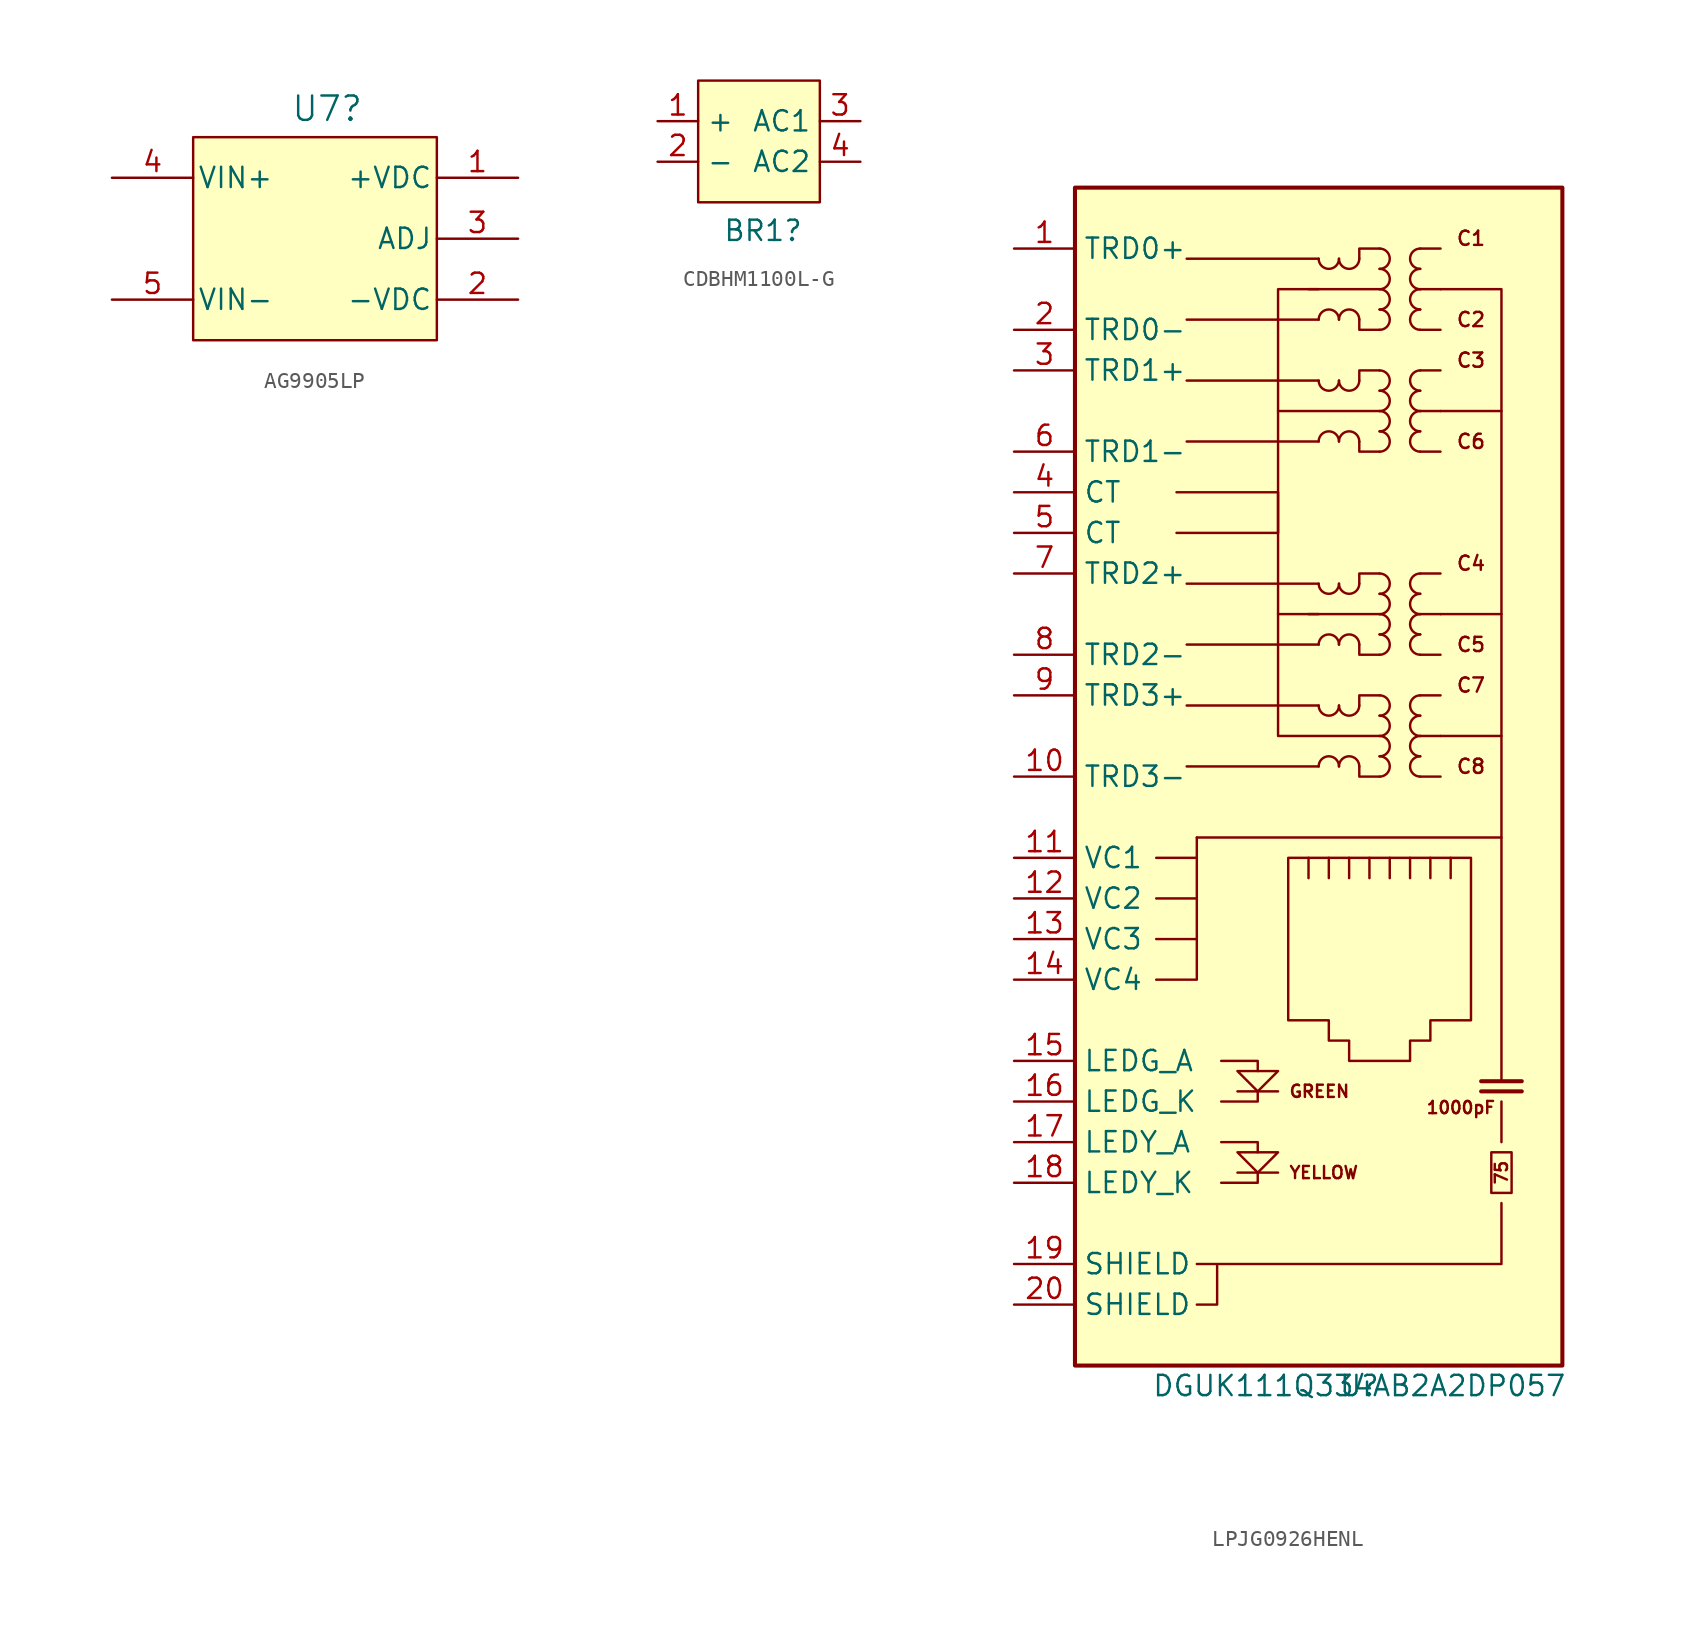
<source format=kicad_sym>
(kicad_symbol_lib
  (version 20241209)
  (generator "kicad_symbol_editor")
  (generator_version "9.0")
  (symbol "AG9905LP"
    (pin_names
      (offset 0.254))
    (property "Reference" "U7"
      (at 0.762 8.128 0)
      (effects (font (size 1.524 1.524))))
    (symbol "AG9905LP_1_1"
      (rectangle (start -7.62 6.35) (end 7.62 -6.35) (stroke (width 0) (type default)) (fill (type background)))
      (pin power_in line (at -12.7 3.81 0) (length 5.08) (name "VIN+" (effects (font (size 1.27 1.27)))) (number "4" (effects (font (size 1.27 1.27)))))
      (pin power_in line (at -12.7 -3.81 0) (length 5.08) (name "VIN-" (effects (font (size 1.27 1.27)))) (number "5" (effects (font (size 1.27 1.27)))))
      (pin power_in line (at 12.7 3.81 180) (length 5.08) (name "+VDC" (effects (font (size 1.27 1.27)))) (number "1" (effects (font (size 1.27 1.27)))))
      (pin output line (at 12.7 0 180) (length 5.08) (name "ADJ" (effects (font (size 1.27 1.27)))) (number "3" (effects (font (size 1.27 1.27)))))
      (pin power_in line (at 12.7 -3.81 180) (length 5.08) (name "-VDC" (effects (font (size 1.27 1.27)))) (number "2" (effects (font (size 1.27 1.27)))))))
  (symbol "CDBHM1100L-G"
    (property "Reference" "BR1"
      (at 0.254 -5.588 0)
      (effects (font (size 1.27 1.27))))
    (symbol "CDBHM1100L-G_1_1"
      (rectangle (start -3.81 3.81) (end 3.81 -3.81) (stroke (width 0) (type solid)) (fill (type background)))
      (pin power_out line (at -6.35 1.27 0) (length 2.54) (name "+" (effects (font (size 1.27 1.27)))) (number "1" (effects (font (size 1.27 1.27)))))
      (pin power_out line (at -6.35 -1.27 0) (length 2.54) (name "-" (effects (font (size 1.27 1.27)))) (number "2" (effects (font (size 1.27 1.27)))))
      (pin input line (at 6.35 1.27 180) (length 2.54) (name "AC1" (effects (font (size 1.27 1.27)))) (number "3" (effects (font (size 1.27 1.27)))))
      (pin input line (at 6.35 -1.27 180) (length 2.54) (name "AC2" (effects (font (size 1.27 1.27)))) (number "4" (effects (font (size 1.27 1.27)))))))
  (symbol "LPJG0926HENL"
    (property "Reference" "U"
      (at 0 0 0)
      (effects (font (size 1.27 1.27))))
    (property "Value" "DGUK111Q334AB2A2DP057"
      (at 0 0 0)
      (effects (font (size 1.27 1.27))))
    (symbol "LPJG0926HENL_0_1"
      (polyline (pts (xy 1.27 60.96) (xy -5.08 60.96) (xy -5.08 68.58) (xy -2.54 68.58) (xy -5.08 68.58)) (stroke (width 0) (type default)) (fill (type none)))
      (polyline (pts (xy 1.27 40.64) (xy -5.08 40.64) (xy -5.08 48.26) (xy -2.54 48.26) (xy -5.08 48.26)) (stroke (width 0) (type default)) (fill (type none))))
    (symbol "LPJG0926HENL_1_1"
      (rectangle (start -17.78 1.27) (end 12.7 74.93) (stroke (width 0.254) (type default)) (fill (type background)))
      (polyline (pts (xy -12.7 33.02) (xy -10.16 33.02)) (stroke (width 0) (type default)) (fill (type none)))
      (polyline (pts (xy -12.7 30.48) (xy -10.16 30.48)) (stroke (width 0) (type default)) (fill (type none)))
      (polyline (pts (xy -12.7 27.94) (xy -10.16 27.94)) (stroke (width 0) (type default)) (fill (type none)))
      (polyline (pts (xy -11.43 53.34) (xy -5.08 53.34) (xy -5.08 55.88) (xy -11.43 55.88)) (stroke (width 0) (type default)) (fill (type none)))
      (polyline (pts (xy -10.16 34.29) (xy 8.89 34.29) (xy 8.89 68.58) (xy 5.08 68.58)) (stroke (width 0) (type default)) (fill (type none)))
      (polyline (pts (xy -10.16 33.02) (xy -10.16 34.29)) (stroke (width 0) (type default)) (fill (type none)))
      (polyline (pts (xy -10.16 33.02) (xy -10.16 25.4) (xy -12.7 25.4)) (stroke (width 0) (type default)) (fill (type none)))
      (polyline (pts (xy -10.16 5.08) (xy -8.89 5.08) (xy -8.89 7.62) (xy -10.16 7.62) (xy -8.89 7.62) (xy 8.89 7.62) (xy 8.89 11.43)) (stroke (width 0) (type default)) (fill (type none)))
      (polyline (pts (xy -8.636 20.32) (xy -6.35 20.32) (xy -6.35 19.685)) (stroke (width 0) (type default)) (fill (type none)))
      (polyline (pts (xy -8.636 15.24) (xy -6.35 15.24) (xy -6.35 14.605)) (stroke (width 0) (type default)) (fill (type none)))
      (polyline (pts (xy -8.636 12.7) (xy -6.35 12.7) (xy -6.35 13.335)) (stroke (width 0) (type default)) (fill (type none)))
      (polyline (pts (xy -7.62 19.685) (xy -5.08 19.685) (xy -6.35 18.415) (xy -7.62 19.685)) (stroke (width 0) (type default)) (fill (type none)))
      (polyline (pts (xy -6.35 18.415) (xy -6.35 17.78) (xy -8.636 17.78)) (stroke (width 0) (type default)) (fill (type none)))
      (polyline (pts (xy -5.08 48.26) (xy -5.08 60.96)) (stroke (width 0) (type default)) (fill (type none)))
      (polyline (pts (xy -5.08 18.415) (xy -7.62 18.415)) (stroke (width 0) (type default)) (fill (type none)))
      (polyline (pts (xy -5.08 14.605) (xy -7.62 14.605) (xy -6.35 13.335) (xy -5.08 14.605)) (stroke (width 0) (type default)) (fill (type none)))
      (polyline (pts (xy -5.08 13.335) (xy -7.62 13.335)) (stroke (width 0) (type default)) (fill (type none)))
      (polyline (pts (xy -4.445 33.02) (xy 6.985 33.02) (xy 6.985 22.86) (xy 4.445 22.86) (xy 4.445 21.59) (xy 3.175 21.59) (xy 3.175 20.32) (xy -0.635 20.32) (xy -0.635 21.59) (xy -1.905 21.59) (xy -1.905 22.86) (xy -4.445 22.86) (xy -4.445 33.02)) (stroke (width 0) (type default)) (fill (type none)))
      (polyline (pts (xy -3.175 68.58) (xy 1.27 68.58)) (stroke (width 0) (type default)) (fill (type none)))
      (polyline (pts (xy -3.175 48.26) (xy 1.27 48.26)) (stroke (width 0) (type default)) (fill (type none)))
      (polyline (pts (xy -3.175 31.75) (xy -3.175 33.02)) (stroke (width 0) (type default)) (fill (type none)))
      (polyline (pts (xy -2.54 70.485) (xy -10.795 70.485)) (stroke (width 0) (type default)) (fill (type none)))
      (polyline (pts (xy -2.54 66.675) (xy -10.795 66.675)) (stroke (width 0) (type default)) (fill (type none)))
      (polyline (pts (xy -2.54 62.865) (xy -10.795 62.865)) (stroke (width 0) (type default)) (fill (type none)))
      (polyline (pts (xy -2.54 59.055) (xy -10.795 59.055)) (stroke (width 0) (type default)) (fill (type none)))
      (polyline (pts (xy -2.54 50.165) (xy -10.795 50.165)) (stroke (width 0) (type default)) (fill (type none)))
      (polyline (pts (xy -2.54 46.355) (xy -10.795 46.355)) (stroke (width 0) (type default)) (fill (type none)))
      (polyline (pts (xy -2.54 42.545) (xy -10.795 42.545)) (stroke (width 0) (type default)) (fill (type none)))
      (polyline (pts (xy -2.54 38.735) (xy -10.795 38.735)) (stroke (width 0) (type default)) (fill (type none)))
      (arc (start -1.27 70.485) (mid -1.905 69.8527) (end -2.54 70.485) (stroke (width 0) (type default)) (fill (type none)))
      (arc (start -2.54 66.675) (mid -1.905 67.3072) (end -1.27 66.675) (stroke (width 0) (type default)) (fill (type none)))
      (arc (start -1.27 62.865) (mid -1.905 62.2327) (end -2.54 62.865) (stroke (width 0) (type default)) (fill (type none)))
      (arc (start -2.54 59.055) (mid -1.905 59.6872) (end -1.27 59.055) (stroke (width 0) (type default)) (fill (type none)))
      (arc (start -1.27 50.165) (mid -1.905 49.5327) (end -2.54 50.165) (stroke (width 0) (type default)) (fill (type none)))
      (arc (start -2.54 46.355) (mid -1.905 46.9872) (end -1.27 46.355) (stroke (width 0) (type default)) (fill (type none)))
      (arc (start -1.27 42.545) (mid -1.905 41.9127) (end -2.54 42.545) (stroke (width 0) (type default)) (fill (type none)))
      (arc (start -2.54 38.735) (mid -1.905 39.3672) (end -1.27 38.735) (stroke (width 0) (type default)) (fill (type none)))
      (polyline (pts (xy -1.905 33.02) (xy -1.905 31.75)) (stroke (width 0) (type default)) (fill (type none)))
      (arc (start 0 70.485) (mid -0.635 69.8527) (end -1.27 70.485) (stroke (width 0) (type default)) (fill (type none)))
      (arc (start -1.27 66.675) (mid -0.635 67.3072) (end 0 66.675) (stroke (width 0) (type default)) (fill (type none)))
      (arc (start 0 62.865) (mid -0.635 62.2327) (end -1.27 62.865) (stroke (width 0) (type default)) (fill (type none)))
      (arc (start -1.27 59.055) (mid -0.635 59.6872) (end 0 59.055) (stroke (width 0) (type default)) (fill (type none)))
      (arc (start 0 50.165) (mid -0.635 49.5327) (end -1.27 50.165) (stroke (width 0) (type default)) (fill (type none)))
      (arc (start -1.27 46.355) (mid -0.635 46.9872) (end 0 46.355) (stroke (width 0) (type default)) (fill (type none)))
      (arc (start 0 42.545) (mid -0.635 41.9127) (end -1.27 42.545) (stroke (width 0) (type default)) (fill (type none)))
      (arc (start -1.27 38.735) (mid -0.635 39.3672) (end 0 38.735) (stroke (width 0) (type default)) (fill (type none)))
      (polyline (pts (xy -0.635 33.02) (xy -0.635 31.75)) (stroke (width 0) (type default)) (fill (type none)))
      (polyline (pts (xy 0 66.675) (xy 0 66.04) (xy 1.27 66.04)) (stroke (width 0) (type default)) (fill (type none)))
      (polyline (pts (xy 0 59.055) (xy 0 58.42) (xy 1.27 58.42)) (stroke (width 0) (type default)) (fill (type none)))
      (polyline (pts (xy 0 46.355) (xy 0 45.72) (xy 1.27 45.72)) (stroke (width 0) (type default)) (fill (type none)))
      (polyline (pts (xy 0 38.735) (xy 0 38.1) (xy 1.27 38.1)) (stroke (width 0) (type default)) (fill (type none)))
      (polyline (pts (xy 0.635 33.02) (xy 0.635 31.75)) (stroke (width 0) (type default)) (fill (type none)))
      (arc (start 1.27 71.12) (mid 1.9022 70.485) (end 1.27 69.85) (stroke (width 0) (type default)) (fill (type none)))
      (arc (start 1.27 69.85) (mid 1.9022 69.215) (end 1.27 68.58) (stroke (width 0) (type default)) (fill (type none)))
      (arc (start 1.27 68.58) (mid 1.9022 67.945) (end 1.27 67.31) (stroke (width 0) (type default)) (fill (type none)))
      (arc (start 1.27 67.31) (mid 1.9022 66.675) (end 1.27 66.04) (stroke (width 0) (type default)) (fill (type none)))
      (arc (start 1.27 63.5) (mid 1.9022 62.865) (end 1.27 62.23) (stroke (width 0) (type default)) (fill (type none)))
      (arc (start 1.27 62.23) (mid 1.9022 61.595) (end 1.27 60.96) (stroke (width 0) (type default)) (fill (type none)))
      (arc (start 1.27 60.96) (mid 1.9022 60.325) (end 1.27 59.69) (stroke (width 0) (type default)) (fill (type none)))
      (arc (start 1.27 59.69) (mid 1.9022 59.055) (end 1.27 58.42) (stroke (width 0) (type default)) (fill (type none)))
      (arc (start 1.27 50.8) (mid 1.9022 50.165) (end 1.27 49.53) (stroke (width 0) (type default)) (fill (type none)))
      (arc (start 1.27 49.53) (mid 1.9022 48.895) (end 1.27 48.26) (stroke (width 0) (type default)) (fill (type none)))
      (arc (start 1.27 48.26) (mid 1.9022 47.625) (end 1.27 46.99) (stroke (width 0) (type default)) (fill (type none)))
      (arc (start 1.27 46.99) (mid 1.9022 46.355) (end 1.27 45.72) (stroke (width 0) (type default)) (fill (type none)))
      (arc (start 1.27 43.18) (mid 1.9022 42.545) (end 1.27 41.91) (stroke (width 0) (type default)) (fill (type none)))
      (arc (start 1.27 41.91) (mid 1.9022 41.275) (end 1.27 40.64) (stroke (width 0) (type default)) (fill (type none)))
      (arc (start 1.27 40.64) (mid 1.9022 40.005) (end 1.27 39.37) (stroke (width 0) (type default)) (fill (type none)))
      (arc (start 1.27 39.37) (mid 1.9022 38.735) (end 1.27 38.1) (stroke (width 0) (type default)) (fill (type none)))
      (polyline (pts (xy 1.27 71.12) (xy 0 71.12) (xy 0 70.485)) (stroke (width 0) (type default)) (fill (type none)))
      (polyline (pts (xy 1.27 63.5) (xy 0 63.5) (xy 0 62.865)) (stroke (width 0) (type default)) (fill (type none)))
      (polyline (pts (xy 1.27 50.8) (xy 0 50.8) (xy 0 50.165)) (stroke (width 0) (type default)) (fill (type none)))
      (polyline (pts (xy 1.27 43.18) (xy 0 43.18) (xy 0 42.545)) (stroke (width 0) (type default)) (fill (type none)))
      (polyline (pts (xy 1.905 33.02) (xy 1.905 31.75)) (stroke (width 0) (type default)) (fill (type none)))
      (polyline (pts (xy 3.175 33.02) (xy 3.175 31.75)) (stroke (width 0) (type default)) (fill (type none)))
      (polyline (pts (xy 3.81 71.12) (xy 5.08 71.12)) (stroke (width 0) (type default)) (fill (type none)))
      (polyline (pts (xy 3.81 68.58) (xy 5.08 68.58)) (stroke (width 0) (type default)) (fill (type none)))
      (polyline (pts (xy 3.81 66.04) (xy 5.08 66.04)) (stroke (width 0) (type default)) (fill (type none)))
      (polyline (pts (xy 3.81 63.5) (xy 5.08 63.5)) (stroke (width 0) (type default)) (fill (type none)))
      (polyline (pts (xy 3.81 60.96) (xy 5.08 60.96)) (stroke (width 0) (type default)) (fill (type none)))
      (polyline (pts (xy 3.81 58.42) (xy 5.08 58.42)) (stroke (width 0) (type default)) (fill (type none)))
      (polyline (pts (xy 3.81 50.8) (xy 5.08 50.8)) (stroke (width 0) (type default)) (fill (type none)))
      (polyline (pts (xy 3.81 48.26) (xy 5.08 48.26)) (stroke (width 0) (type default)) (fill (type none)))
      (polyline (pts (xy 3.81 45.72) (xy 5.08 45.72)) (stroke (width 0) (type default)) (fill (type none)))
      (polyline (pts (xy 3.81 43.18) (xy 5.08 43.18)) (stroke (width 0) (type default)) (fill (type none)))
      (polyline (pts (xy 3.81 40.64) (xy 5.08 40.64)) (stroke (width 0) (type default)) (fill (type none)))
      (polyline (pts (xy 3.81 38.1) (xy 5.08 38.1)) (stroke (width 0) (type default)) (fill (type none)))
      (arc (start 3.81 69.85) (mid 3.178 70.485) (end 3.81 71.12) (stroke (width 0) (type default)) (fill (type none)))
      (arc (start 3.81 68.58) (mid 3.178 69.215) (end 3.81 69.85) (stroke (width 0) (type default)) (fill (type none)))
      (arc (start 3.81 67.31) (mid 3.178 67.945) (end 3.81 68.58) (stroke (width 0) (type default)) (fill (type none)))
      (arc (start 3.81 66.04) (mid 3.178 66.675) (end 3.81 67.31) (stroke (width 0) (type default)) (fill (type none)))
      (arc (start 3.81 62.23) (mid 3.178 62.865) (end 3.81 63.5) (stroke (width 0) (type default)) (fill (type none)))
      (arc (start 3.81 60.96) (mid 3.178 61.595) (end 3.81 62.23) (stroke (width 0) (type default)) (fill (type none)))
      (arc (start 3.81 59.69) (mid 3.178 60.325) (end 3.81 60.96) (stroke (width 0) (type default)) (fill (type none)))
      (arc (start 3.81 58.42) (mid 3.178 59.055) (end 3.81 59.69) (stroke (width 0) (type default)) (fill (type none)))
      (arc (start 3.81 49.53) (mid 3.178 50.165) (end 3.81 50.8) (stroke (width 0) (type default)) (fill (type none)))
      (arc (start 3.81 48.26) (mid 3.178 48.895) (end 3.81 49.53) (stroke (width 0) (type default)) (fill (type none)))
      (arc (start 3.81 46.99) (mid 3.178 47.625) (end 3.81 48.26) (stroke (width 0) (type default)) (fill (type none)))
      (arc (start 3.81 45.72) (mid 3.178 46.355) (end 3.81 46.99) (stroke (width 0) (type default)) (fill (type none)))
      (arc (start 3.81 41.91) (mid 3.178 42.545) (end 3.81 43.18) (stroke (width 0) (type default)) (fill (type none)))
      (arc (start 3.81 40.64) (mid 3.178 41.275) (end 3.81 41.91) (stroke (width 0) (type default)) (fill (type none)))
      (arc (start 3.81 39.37) (mid 3.178 40.005) (end 3.81 40.64) (stroke (width 0) (type default)) (fill (type none)))
      (arc (start 3.81 38.1) (mid 3.178 38.735) (end 3.81 39.37) (stroke (width 0) (type default)) (fill (type none)))
      (polyline (pts (xy 4.445 31.75) (xy 4.445 33.02)) (stroke (width 0) (type default)) (fill (type none)))
      (polyline (pts (xy 5.08 60.96) (xy 8.89 60.96)) (stroke (width 0) (type default)) (fill (type none)))
      (polyline (pts (xy 5.08 48.26) (xy 8.89 48.26)) (stroke (width 0) (type default)) (fill (type none)))
      (polyline (pts (xy 5.08 40.64) (xy 8.89 40.64)) (stroke (width 0) (type default)) (fill (type none)))
      (polyline (pts (xy 5.715 31.75) (xy 5.715 33.02)) (stroke (width 0) (type default)) (fill (type none)))
      (polyline (pts (xy 7.62 19.05) (xy 10.16 19.05)) (stroke (width 0.254) (type default)) (fill (type none)))
      (polyline (pts (xy 7.62 18.415) (xy 10.16 18.415)) (stroke (width 0.254) (type default)) (fill (type none)))
      (polyline (pts (xy 8.89 19.05) (xy 8.89 34.29)) (stroke (width 0) (type default)) (fill (type none)))
      (polyline (pts (xy 8.89 15.24) (xy 8.89 17.78)) (stroke (width 0) (type default)) (fill (type none)))
      (rectangle (start 9.525 12.065) (end 8.255 14.605) (stroke (width 0) (type default)) (fill (type none)))
      (text "GREEN" (at -4.445 18.415 0) (effects (font (size 0.762 0.762)) (justify left)))
      (text "YELLOW" (at -4.445 13.335 0) (effects (font (size 0.762 0.762)) (justify left)))
      (text "1000pF" (at 6.35 17.399 0) (effects (font (size 0.762 0.762))))
      (text "C1" (at 6.985 71.755 0) (effects (font (size 0.889 0.889))))
      (text "C2" (at 6.985 66.675 0) (effects (font (size 0.889 0.889))))
      (text "C3" (at 6.985 64.135 0) (effects (font (size 0.889 0.889))))
      (text "C6" (at 6.985 59.055 0) (effects (font (size 0.889 0.889))))
      (text "C4" (at 6.985 51.435 0) (effects (font (size 0.889 0.889))))
      (text "C5" (at 6.985 46.355 0) (effects (font (size 0.889 0.889))))
      (text "C7" (at 6.985 43.815 0) (effects (font (size 0.889 0.889))))
      (text "C8" (at 6.985 38.735 0) (effects (font (size 0.889 0.889))))
      (text "75" (at 8.89 13.335 900) (effects (font (size 0.762 0.762))))
      (pin passive line (at -21.59 71.12 0) (length 3.81) (name "TRD0+" (effects (font (size 1.27 1.27)))) (number "1" (effects (font (size 1.27 1.27)))))
      (pin passive line (at -21.59 66.04 0) (length 3.81) (name "TRD0-" (effects (font (size 1.27 1.27)))) (number "2" (effects (font (size 1.27 1.27)))))
      (pin passive line (at -21.59 63.5 0) (length 3.81) (name "TRD1+" (effects (font (size 1.27 1.27)))) (number "3" (effects (font (size 1.27 1.27)))))
      (pin passive line (at -21.59 58.42 0) (length 3.81) (name "TRD1-" (effects (font (size 1.27 1.27)))) (number "6" (effects (font (size 1.27 1.27)))))
      (pin passive line (at -21.59 55.88 0) (length 3.81) (name "CT" (effects (font (size 1.27 1.27)))) (number "4" (effects (font (size 1.27 1.27)))))
      (pin passive line (at -21.59 53.34 0) (length 3.81) (name "CT" (effects (font (size 1.27 1.27)))) (number "5" (effects (font (size 1.27 1.27)))))
      (pin passive line (at -21.59 50.8 0) (length 3.81) (name "TRD2+" (effects (font (size 1.27 1.27)))) (number "7" (effects (font (size 1.27 1.27)))))
      (pin passive line (at -21.59 45.72 0) (length 3.81) (name "TRD2-" (effects (font (size 1.27 1.27)))) (number "8" (effects (font (size 1.27 1.27)))))
      (pin passive line (at -21.59 43.18 0) (length 3.81) (name "TRD3+" (effects (font (size 1.27 1.27)))) (number "9" (effects (font (size 1.27 1.27)))))
      (pin passive line (at -21.59 38.1 0) (length 3.81) (name "TRD3-" (effects (font (size 1.27 1.27)))) (number "10" (effects (font (size 1.27 1.27)))))
      (pin passive line (at -21.59 33.02 0) (length 3.81) (name "VC1" (effects (font (size 1.27 1.27)))) (number "11" (effects (font (size 1.27 1.27)))))
      (pin passive line (at -21.59 30.48 0) (length 3.81) (name "VC2" (effects (font (size 1.27 1.27)))) (number "12" (effects (font (size 1.27 1.27)))))
      (pin passive line (at -21.59 27.94 0) (length 3.81) (name "VC3" (effects (font (size 1.27 1.27)))) (number "13" (effects (font (size 1.27 1.27)))))
      (pin passive line (at -21.59 25.4 0) (length 3.81) (name "VC4" (effects (font (size 1.27 1.27)))) (number "14" (effects (font (size 1.27 1.27)))))
      (pin passive line (at -21.59 20.32 0) (length 3.81) (name "LEDG_A" (effects (font (size 1.27 1.27)))) (number "15" (effects (font (size 1.27 1.27)))))
      (pin passive line (at -21.59 17.78 0) (length 3.81) (name "LEDG_K" (effects (font (size 1.27 1.27)))) (number "16" (effects (font (size 1.27 1.27)))))
      (pin passive line (at -21.59 15.24 0) (length 3.81) (name "LEDY_A" (effects (font (size 1.27 1.27)))) (number "17" (effects (font (size 1.27 1.27)))))
      (pin passive line (at -21.59 12.7 0) (length 3.81) (name "LEDY_K" (effects (font (size 1.27 1.27)))) (number "18" (effects (font (size 1.27 1.27)))))
      (pin passive line (at -21.59 7.62 0) (length 3.81) (name "SHIELD" (effects (font (size 1.27 1.27)))) (number "19" (effects (font (size 1.27 1.27)))))
      (pin passive line (at -21.59 5.08 0) (length 3.81) (name "SHIELD" (effects (font (size 1.27 1.27)))) (number "20" (effects (font (size 1.27 1.27))))))))
</source>
